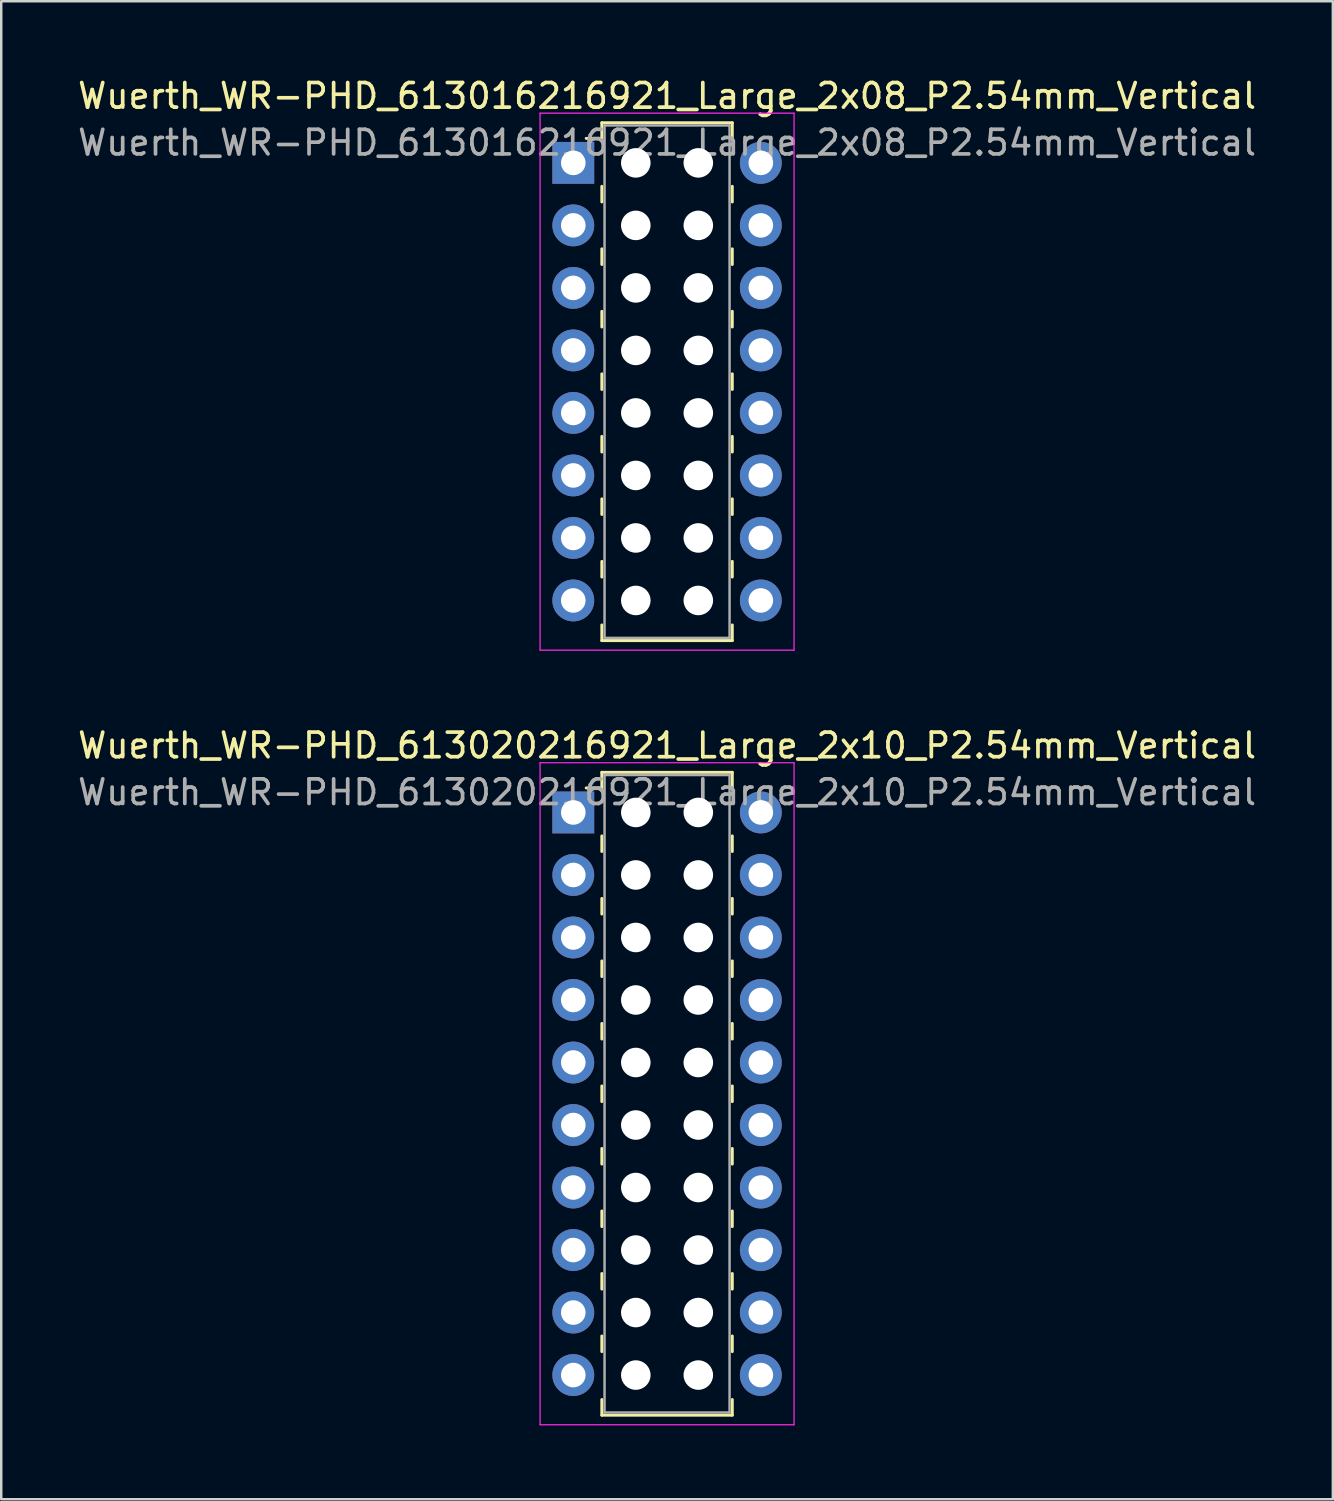
<source format=kicad_pcb>
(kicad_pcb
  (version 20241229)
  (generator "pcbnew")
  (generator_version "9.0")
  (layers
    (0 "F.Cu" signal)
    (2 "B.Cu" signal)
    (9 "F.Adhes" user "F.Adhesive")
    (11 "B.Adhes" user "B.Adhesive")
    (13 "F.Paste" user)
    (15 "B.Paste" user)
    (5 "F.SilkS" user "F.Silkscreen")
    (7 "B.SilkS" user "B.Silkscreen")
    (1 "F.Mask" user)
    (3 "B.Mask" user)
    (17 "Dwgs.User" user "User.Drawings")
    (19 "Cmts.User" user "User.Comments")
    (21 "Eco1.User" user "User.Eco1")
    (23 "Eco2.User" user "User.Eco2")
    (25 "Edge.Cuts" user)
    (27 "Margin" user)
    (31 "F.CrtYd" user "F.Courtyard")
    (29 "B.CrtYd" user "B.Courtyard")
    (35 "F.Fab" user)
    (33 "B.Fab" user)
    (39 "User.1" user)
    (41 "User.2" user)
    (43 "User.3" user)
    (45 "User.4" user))
  (footprint "Wuerth_WR-PHD_613016216921_Large_2x08_P2.54mm_Vertical"
    (layer "F.Cu")
    (at 20.244 3.568)
    (property "Reference" "Wuerth_WR-PHD_613016216921_Large_2x08_P2.54mm_Vertical" (at 3.81 -2.72 0) (layer "F.SilkS") (effects (font (size 1 1) (thickness 0.15))))
    (attr through_hole)
    (fp_line (start 1.16 -1.63) (end 1.16 -0.995) (stroke (width 0.12) (type solid)) (layer "F.SilkS"))
    (fp_line (start 1.16 -1.63) (end 6.46 -1.63) (stroke (width 0.12) (type solid)) (layer "F.SilkS"))
    (fp_line (start 1.16 -0.995) (end 0.525 -0.995) (stroke (width 0.12) (type solid)) (layer "F.SilkS"))
    (fp_line (start 1.16 0.953) (end 1.16 1.587) (stroke (width 0.12) (type solid)) (layer "F.SilkS"))
    (fp_line (start 1.16 3.493) (end 1.16 4.128) (stroke (width 0.12) (type solid)) (layer "F.SilkS"))
    (fp_line (start 1.16 6.032) (end 1.16 6.668) (stroke (width 0.12) (type solid)) (layer "F.SilkS"))
    (fp_line (start 1.16 8.572) (end 1.16 9.207) (stroke (width 0.12) (type solid)) (layer "F.SilkS"))
    (fp_line (start 1.16 11.113) (end 1.16 11.748) (stroke (width 0.12) (type solid)) (layer "F.SilkS"))
    (fp_line (start 1.16 13.652) (end 1.16 14.287) (stroke (width 0.12) (type solid)) (layer "F.SilkS"))
    (fp_line (start 1.16 16.192) (end 1.16 16.828) (stroke (width 0.12) (type solid)) (layer "F.SilkS"))
    (fp_line (start 1.16 19.41) (end 1.16 18.775) (stroke (width 0.12) (type solid)) (layer "F.SilkS"))
    (fp_line (start 1.16 19.41) (end 6.46 19.41) (stroke (width 0.12) (type solid)) (layer "F.SilkS"))
    (fp_line (start 6.46 -1.63) (end 6.46 -0.995) (stroke (width 0.12) (type solid)) (layer "F.SilkS"))
    (fp_line (start 6.46 0.953) (end 6.46 1.587) (stroke (width 0.12) (type solid)) (layer "F.SilkS"))
    (fp_line (start 6.46 3.493) (end 6.46 4.128) (stroke (width 0.12) (type solid)) (layer "F.SilkS"))
    (fp_line (start 6.46 6.032) (end 6.46 6.668) (stroke (width 0.12) (type solid)) (layer "F.SilkS"))
    (fp_line (start 6.46 8.572) (end 6.46 9.207) (stroke (width 0.12) (type solid)) (layer "F.SilkS"))
    (fp_line (start 6.46 11.113) (end 6.46 11.748) (stroke (width 0.12) (type solid)) (layer "F.SilkS"))
    (fp_line (start 6.46 13.652) (end 6.46 14.287) (stroke (width 0.12) (type solid)) (layer "F.SilkS"))
    (fp_line (start 6.46 16.192) (end 6.46 16.828) (stroke (width 0.12) (type solid)) (layer "F.SilkS"))
    (fp_line (start 6.46 19.41) (end 6.46 18.775) (stroke (width 0.12) (type solid)) (layer "F.SilkS"))
    (fp_line (start -1.35 -2.02) (end -1.35 19.8) (stroke (width 0.05) (type solid)) (layer "F.CrtYd"))
    (fp_line (start -1.35 19.8) (end 8.97 19.8) (stroke (width 0.05) (type solid)) (layer "F.CrtYd"))
    (fp_line (start 8.97 -2.02) (end -1.35 -2.02) (stroke (width 0.05) (type solid)) (layer "F.CrtYd"))
    (fp_line (start 8.97 19.8) (end 8.97 -2.02) (stroke (width 0.05) (type solid)) (layer "F.CrtYd"))
    (fp_line (start 1.27 -1.52) (end 1.27 19.3) (stroke (width 0.1) (type solid)) (layer "F.Fab"))
    (fp_line (start 1.27 19.3) (end 6.35 19.3) (stroke (width 0.1) (type solid)) (layer "F.Fab"))
    (fp_line (start 6.35 -1.52) (end 1.27 -1.52) (stroke (width 0.1) (type solid)) (layer "F.Fab"))
    (fp_line (start 6.35 19.3) (end 6.35 -1.52) (stroke (width 0.1) (type solid)) (layer "F.Fab"))
    (fp_text user "${REFERENCE}" (at 3.81 -0.82 0) (layer "F.Fab") (effects (font (size 1 1) (thickness 0.15))))
    (pad "" np_thru_hole circle (at 2.54 0) (size 1.2 1.2) (drill 1.2) (layers "*.Cu" "*.Mask"))
    (pad "" np_thru_hole circle (at 2.54 2.54) (size 1.2 1.2) (drill 1.2) (layers "*.Cu" "*.Mask"))
    (pad "" np_thru_hole circle (at 2.54 5.08) (size 1.2 1.2) (drill 1.2) (layers "*.Cu" "*.Mask"))
    (pad "" np_thru_hole circle (at 2.54 7.62) (size 1.2 1.2) (drill 1.2) (layers "*.Cu" "*.Mask"))
    (pad "" np_thru_hole circle (at 2.54 10.16) (size 1.2 1.2) (drill 1.2) (layers "*.Cu" "*.Mask"))
    (pad "" np_thru_hole circle (at 2.54 12.7) (size 1.2 1.2) (drill 1.2) (layers "*.Cu" "*.Mask"))
    (pad "" np_thru_hole circle (at 2.54 15.24) (size 1.2 1.2) (drill 1.2) (layers "*.Cu" "*.Mask"))
    (pad "" np_thru_hole circle (at 2.54 17.78) (size 1.2 1.2) (drill 1.2) (layers "*.Cu" "*.Mask"))
    (pad "" np_thru_hole circle (at 5.08 0) (size 1.2 1.2) (drill 1.2) (layers "*.Cu" "*.Mask"))
    (pad "" np_thru_hole circle (at 5.08 2.54) (size 1.2 1.2) (drill 1.2) (layers "*.Cu" "*.Mask"))
    (pad "" np_thru_hole circle (at 5.08 5.08) (size 1.2 1.2) (drill 1.2) (layers "*.Cu" "*.Mask"))
    (pad "" np_thru_hole circle (at 5.08 7.62) (size 1.2 1.2) (drill 1.2) (layers "*.Cu" "*.Mask"))
    (pad "" np_thru_hole circle (at 5.08 10.16) (size 1.2 1.2) (drill 1.2) (layers "*.Cu" "*.Mask"))
    (pad "" np_thru_hole circle (at 5.08 12.7) (size 1.2 1.2) (drill 1.2) (layers "*.Cu" "*.Mask"))
    (pad "" np_thru_hole circle (at 5.08 15.24) (size 1.2 1.2) (drill 1.2) (layers "*.Cu" "*.Mask"))
    (pad "" np_thru_hole circle (at 5.08 17.78) (size 1.2 1.2) (drill 1.2) (layers "*.Cu" "*.Mask"))
    (pad "1" thru_hole rect (at 0 0) (size 1.7 1.7) (drill 1) (layers "*.Cu" "*.Mask"))
    (pad "2" thru_hole circle (at 7.62 0) (size 1.7 1.7) (drill 1) (layers "*.Cu" "*.Mask"))
    (pad "3" thru_hole circle (at 0 2.54) (size 1.7 1.7) (drill 1) (layers "*.Cu" "*.Mask"))
    (pad "4" thru_hole circle (at 7.62 2.54) (size 1.7 1.7) (drill 1) (layers "*.Cu" "*.Mask"))
    (pad "5" thru_hole circle (at 0 5.08) (size 1.7 1.7) (drill 1) (layers "*.Cu" "*.Mask"))
    (pad "6" thru_hole circle (at 7.62 5.08) (size 1.7 1.7) (drill 1) (layers "*.Cu" "*.Mask"))
    (pad "7" thru_hole circle (at 0 7.62) (size 1.7 1.7) (drill 1) (layers "*.Cu" "*.Mask"))
    (pad "8" thru_hole circle (at 7.62 7.62) (size 1.7 1.7) (drill 1) (layers "*.Cu" "*.Mask"))
    (pad "9" thru_hole circle (at 0 10.16) (size 1.7 1.7) (drill 1) (layers "*.Cu" "*.Mask"))
    (pad "10" thru_hole circle (at 7.62 10.16) (size 1.7 1.7) (drill 1) (layers "*.Cu" "*.Mask"))
    (pad "11" thru_hole circle (at 0 12.7) (size 1.7 1.7) (drill 1) (layers "*.Cu" "*.Mask"))
    (pad "12" thru_hole circle (at 7.62 12.7) (size 1.7 1.7) (drill 1) (layers "*.Cu" "*.Mask"))
    (pad "13" thru_hole circle (at 0 15.24) (size 1.7 1.7) (drill 1) (layers "*.Cu" "*.Mask"))
    (pad "14" thru_hole circle (at 7.62 15.24) (size 1.7 1.7) (drill 1) (layers "*.Cu" "*.Mask"))
    (pad "15" thru_hole circle (at 0 17.78) (size 1.7 1.7) (drill 1) (layers "*.Cu" "*.Mask"))
    (pad "16" thru_hole circle (at 7.62 17.78) (size 1.7 1.7) (drill 1) (layers "*.Cu" "*.Mask")))
  (footprint "Wuerth_WR-PHD_613020216921_Large_2x10_P2.54mm_Vertical"
    (layer "F.Cu")
    (at 20.244 29.962)
    (property "Reference" "Wuerth_WR-PHD_613020216921_Large_2x10_P2.54mm_Vertical" (at 3.81 -2.72 0) (layer "F.SilkS") (effects (font (size 1 1) (thickness 0.15))))
    (attr through_hole)
    (fp_line (start 1.16 -1.63) (end 1.16 -0.995) (stroke (width 0.12) (type solid)) (layer "F.SilkS"))
    (fp_line (start 1.16 -1.63) (end 6.46 -1.63) (stroke (width 0.12) (type solid)) (layer "F.SilkS"))
    (fp_line (start 1.16 -0.995) (end 0.525 -0.995) (stroke (width 0.12) (type solid)) (layer "F.SilkS"))
    (fp_line (start 1.16 0.953) (end 1.16 1.587) (stroke (width 0.12) (type solid)) (layer "F.SilkS"))
    (fp_line (start 1.16 3.493) (end 1.16 4.128) (stroke (width 0.12) (type solid)) (layer "F.SilkS"))
    (fp_line (start 1.16 6.032) (end 1.16 6.668) (stroke (width 0.12) (type solid)) (layer "F.SilkS"))
    (fp_line (start 1.16 8.572) (end 1.16 9.207) (stroke (width 0.12) (type solid)) (layer "F.SilkS"))
    (fp_line (start 1.16 11.113) (end 1.16 11.748) (stroke (width 0.12) (type solid)) (layer "F.SilkS"))
    (fp_line (start 1.16 13.652) (end 1.16 14.287) (stroke (width 0.12) (type solid)) (layer "F.SilkS"))
    (fp_line (start 1.16 16.192) (end 1.16 16.828) (stroke (width 0.12) (type solid)) (layer "F.SilkS"))
    (fp_line (start 1.16 18.733) (end 1.16 19.367) (stroke (width 0.12) (type solid)) (layer "F.SilkS"))
    (fp_line (start 1.16 21.273) (end 1.16 21.907) (stroke (width 0.12) (type solid)) (layer "F.SilkS"))
    (fp_line (start 1.16 24.49) (end 1.16 23.855) (stroke (width 0.12) (type solid)) (layer "F.SilkS"))
    (fp_line (start 1.16 24.49) (end 6.46 24.49) (stroke (width 0.12) (type solid)) (layer "F.SilkS"))
    (fp_line (start 6.46 -1.63) (end 6.46 -0.995) (stroke (width 0.12) (type solid)) (layer "F.SilkS"))
    (fp_line (start 6.46 0.953) (end 6.46 1.587) (stroke (width 0.12) (type solid)) (layer "F.SilkS"))
    (fp_line (start 6.46 3.493) (end 6.46 4.128) (stroke (width 0.12) (type solid)) (layer "F.SilkS"))
    (fp_line (start 6.46 6.032) (end 6.46 6.668) (stroke (width 0.12) (type solid)) (layer "F.SilkS"))
    (fp_line (start 6.46 8.572) (end 6.46 9.207) (stroke (width 0.12) (type solid)) (layer "F.SilkS"))
    (fp_line (start 6.46 11.113) (end 6.46 11.748) (stroke (width 0.12) (type solid)) (layer "F.SilkS"))
    (fp_line (start 6.46 13.652) (end 6.46 14.287) (stroke (width 0.12) (type solid)) (layer "F.SilkS"))
    (fp_line (start 6.46 16.192) (end 6.46 16.828) (stroke (width 0.12) (type solid)) (layer "F.SilkS"))
    (fp_line (start 6.46 18.733) (end 6.46 19.367) (stroke (width 0.12) (type solid)) (layer "F.SilkS"))
    (fp_line (start 6.46 21.273) (end 6.46 21.907) (stroke (width 0.12) (type solid)) (layer "F.SilkS"))
    (fp_line (start 6.46 24.49) (end 6.46 23.855) (stroke (width 0.12) (type solid)) (layer "F.SilkS"))
    (fp_line (start -1.35 -2.02) (end -1.35 24.88) (stroke (width 0.05) (type solid)) (layer "F.CrtYd"))
    (fp_line (start -1.35 24.88) (end 8.97 24.88) (stroke (width 0.05) (type solid)) (layer "F.CrtYd"))
    (fp_line (start 8.97 -2.02) (end -1.35 -2.02) (stroke (width 0.05) (type solid)) (layer "F.CrtYd"))
    (fp_line (start 8.97 24.88) (end 8.97 -2.02) (stroke (width 0.05) (type solid)) (layer "F.CrtYd"))
    (fp_line (start 1.27 -1.52) (end 1.27 24.38) (stroke (width 0.1) (type solid)) (layer "F.Fab"))
    (fp_line (start 1.27 24.38) (end 6.35 24.38) (stroke (width 0.1) (type solid)) (layer "F.Fab"))
    (fp_line (start 6.35 -1.52) (end 1.27 -1.52) (stroke (width 0.1) (type solid)) (layer "F.Fab"))
    (fp_line (start 6.35 24.38) (end 6.35 -1.52) (stroke (width 0.1) (type solid)) (layer "F.Fab"))
    (fp_text user "${REFERENCE}" (at 3.81 -0.82 0) (layer "F.Fab") (effects (font (size 1 1) (thickness 0.15))))
    (pad "" np_thru_hole circle (at 2.54 0) (size 1.2 1.2) (drill 1.2) (layers "*.Cu" "*.Mask"))
    (pad "" np_thru_hole circle (at 2.54 2.54) (size 1.2 1.2) (drill 1.2) (layers "*.Cu" "*.Mask"))
    (pad "" np_thru_hole circle (at 2.54 5.08) (size 1.2 1.2) (drill 1.2) (layers "*.Cu" "*.Mask"))
    (pad "" np_thru_hole circle (at 2.54 7.62) (size 1.2 1.2) (drill 1.2) (layers "*.Cu" "*.Mask"))
    (pad "" np_thru_hole circle (at 2.54 10.16) (size 1.2 1.2) (drill 1.2) (layers "*.Cu" "*.Mask"))
    (pad "" np_thru_hole circle (at 2.54 12.7) (size 1.2 1.2) (drill 1.2) (layers "*.Cu" "*.Mask"))
    (pad "" np_thru_hole circle (at 2.54 15.24) (size 1.2 1.2) (drill 1.2) (layers "*.Cu" "*.Mask"))
    (pad "" np_thru_hole circle (at 2.54 17.78) (size 1.2 1.2) (drill 1.2) (layers "*.Cu" "*.Mask"))
    (pad "" np_thru_hole circle (at 2.54 20.32) (size 1.2 1.2) (drill 1.2) (layers "*.Cu" "*.Mask"))
    (pad "" np_thru_hole circle (at 2.54 22.86) (size 1.2 1.2) (drill 1.2) (layers "*.Cu" "*.Mask"))
    (pad "" np_thru_hole circle (at 5.08 0) (size 1.2 1.2) (drill 1.2) (layers "*.Cu" "*.Mask"))
    (pad "" np_thru_hole circle (at 5.08 2.54) (size 1.2 1.2) (drill 1.2) (layers "*.Cu" "*.Mask"))
    (pad "" np_thru_hole circle (at 5.08 5.08) (size 1.2 1.2) (drill 1.2) (layers "*.Cu" "*.Mask"))
    (pad "" np_thru_hole circle (at 5.08 7.62) (size 1.2 1.2) (drill 1.2) (layers "*.Cu" "*.Mask"))
    (pad "" np_thru_hole circle (at 5.08 10.16) (size 1.2 1.2) (drill 1.2) (layers "*.Cu" "*.Mask"))
    (pad "" np_thru_hole circle (at 5.08 12.7) (size 1.2 1.2) (drill 1.2) (layers "*.Cu" "*.Mask"))
    (pad "" np_thru_hole circle (at 5.08 15.24) (size 1.2 1.2) (drill 1.2) (layers "*.Cu" "*.Mask"))
    (pad "" np_thru_hole circle (at 5.08 17.78) (size 1.2 1.2) (drill 1.2) (layers "*.Cu" "*.Mask"))
    (pad "" np_thru_hole circle (at 5.08 20.32) (size 1.2 1.2) (drill 1.2) (layers "*.Cu" "*.Mask"))
    (pad "" np_thru_hole circle (at 5.08 22.86) (size 1.2 1.2) (drill 1.2) (layers "*.Cu" "*.Mask"))
    (pad "1" thru_hole rect (at 0 0) (size 1.7 1.7) (drill 1) (layers "*.Cu" "*.Mask"))
    (pad "2" thru_hole circle (at 7.62 0) (size 1.7 1.7) (drill 1) (layers "*.Cu" "*.Mask"))
    (pad "3" thru_hole circle (at 0 2.54) (size 1.7 1.7) (drill 1) (layers "*.Cu" "*.Mask"))
    (pad "4" thru_hole circle (at 7.62 2.54) (size 1.7 1.7) (drill 1) (layers "*.Cu" "*.Mask"))
    (pad "5" thru_hole circle (at 0 5.08) (size 1.7 1.7) (drill 1) (layers "*.Cu" "*.Mask"))
    (pad "6" thru_hole circle (at 7.62 5.08) (size 1.7 1.7) (drill 1) (layers "*.Cu" "*.Mask"))
    (pad "7" thru_hole circle (at 0 7.62) (size 1.7 1.7) (drill 1) (layers "*.Cu" "*.Mask"))
    (pad "8" thru_hole circle (at 7.62 7.62) (size 1.7 1.7) (drill 1) (layers "*.Cu" "*.Mask"))
    (pad "9" thru_hole circle (at 0 10.16) (size 1.7 1.7) (drill 1) (layers "*.Cu" "*.Mask"))
    (pad "10" thru_hole circle (at 7.62 10.16) (size 1.7 1.7) (drill 1) (layers "*.Cu" "*.Mask"))
    (pad "11" thru_hole circle (at 0 12.7) (size 1.7 1.7) (drill 1) (layers "*.Cu" "*.Mask"))
    (pad "12" thru_hole circle (at 7.62 12.7) (size 1.7 1.7) (drill 1) (layers "*.Cu" "*.Mask"))
    (pad "13" thru_hole circle (at 0 15.24) (size 1.7 1.7) (drill 1) (layers "*.Cu" "*.Mask"))
    (pad "14" thru_hole circle (at 7.62 15.24) (size 1.7 1.7) (drill 1) (layers "*.Cu" "*.Mask"))
    (pad "15" thru_hole circle (at 0 17.78) (size 1.7 1.7) (drill 1) (layers "*.Cu" "*.Mask"))
    (pad "16" thru_hole circle (at 7.62 17.78) (size 1.7 1.7) (drill 1) (layers "*.Cu" "*.Mask"))
    (pad "17" thru_hole circle (at 0 20.32) (size 1.7 1.7) (drill 1) (layers "*.Cu" "*.Mask"))
    (pad "18" thru_hole circle (at 7.62 20.32) (size 1.7 1.7) (drill 1) (layers "*.Cu" "*.Mask"))
    (pad "19" thru_hole circle (at 0 22.86) (size 1.7 1.7) (drill 1) (layers "*.Cu" "*.Mask"))
    (pad "20" thru_hole circle (at 7.62 22.86) (size 1.7 1.7) (drill 1) (layers "*.Cu" "*.Mask")))
  (gr_rect
    (start -3 -3)
    (end 51.107 57.867)
    (stroke (width 0.1) (type default))
    (fill no)
    (layer "Edge.Cuts")))
</source>
